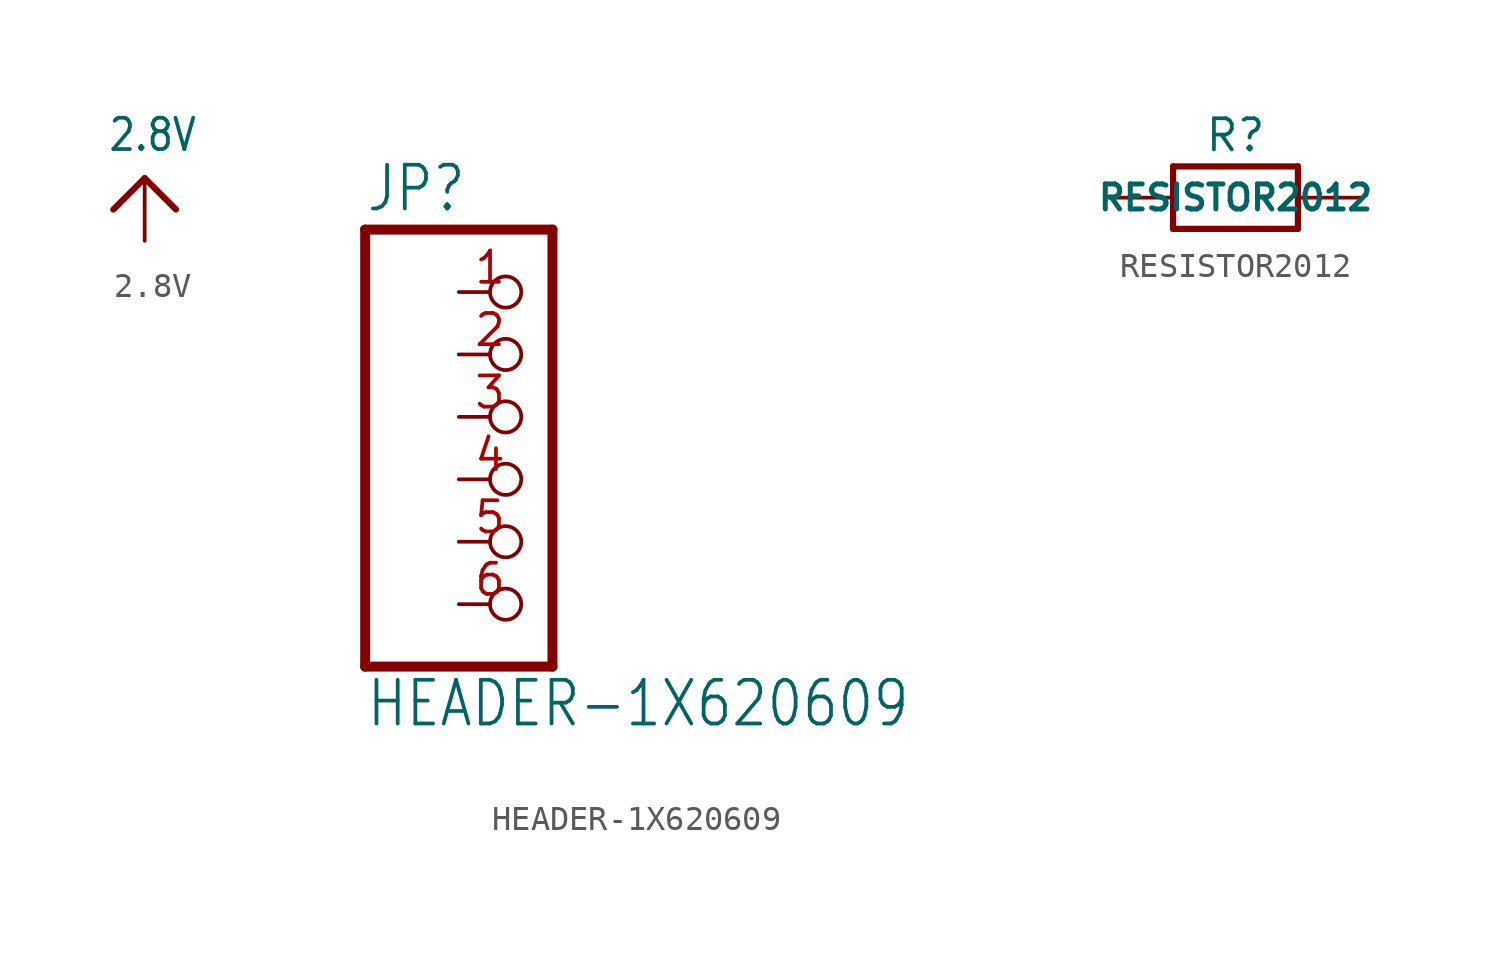
<source format=kicad_sym>
(kicad_symbol_lib
  (version 20211014)
  (generator kicad_symbol_editor)
  (symbol "2.8V"
    (power)
    (property "Reference" ""
      (at 0 0 0)
      (effects (font (size 1.27 1.27)) hide))
    (property "Value" "2.8V"
      (at -1.524 1.016 0)
      (effects (font (size 1.27 1.079)) (justify left bottom)))
    (property "ki_locked" ""
      (at 0 0 0)
      (effects (font (size 1.27 1.27))))
    (symbol "2.8V_1_0"
      (polyline (pts (xy -1.27 -1.27) (xy 0 0)) (stroke (width 0.254) (type default) (color 0 0 0 0)) (fill (type none)))
      (polyline (pts (xy 0 0) (xy 1.27 -1.27)) (stroke (width 0.254) (type default) (color 0 0 0 0)) (fill (type none)))
      (pin power_in line (at 0 -2.54 90) (length 2.54) (name "2.8V" (effects (font (size 0 0)))) (number "1" (effects (font (size 0 0)))))))
  (symbol "HEADER-1X620609"
    (property "Reference" "JP"
      (at -6.35 10.795 0)
      (effects (font (size 1.778 1.511)) (justify left bottom)))
    (property "Value" "HEADER-1X620609"
      (at -6.35 -10.16 0)
      (effects (font (size 1.778 1.511)) (justify left bottom)))
    (property "ki_locked" ""
      (at 0 0 0)
      (effects (font (size 1.27 1.27))))
    (symbol "HEADER-1X620609_1_0"
      (polyline (pts (xy -6.35 -7.62) (xy 1.27 -7.62)) (stroke (width 0.406) (type default) (color 0 0 0 0)) (fill (type none)))
      (polyline (pts (xy -6.35 10.16) (xy -6.35 -7.62)) (stroke (width 0.406) (type default) (color 0 0 0 0)) (fill (type none)))
      (polyline (pts (xy 1.27 -7.62) (xy 1.27 10.16)) (stroke (width 0.406) (type default) (color 0 0 0 0)) (fill (type none)))
      (polyline (pts (xy 1.27 10.16) (xy -6.35 10.16)) (stroke (width 0.406) (type default) (color 0 0 0 0)) (fill (type none)))
      (pin passive inverted (at -2.54 7.62 0) (length 2.54) (name "1" (effects (font (size 0 0)))) (number "1" (effects (font (size 1.27 1.27)))))
      (pin passive inverted (at -2.54 5.08 0) (length 2.54) (name "2" (effects (font (size 0 0)))) (number "2" (effects (font (size 1.27 1.27)))))
      (pin passive inverted (at -2.54 2.54 0) (length 2.54) (name "3" (effects (font (size 0 0)))) (number "3" (effects (font (size 1.27 1.27)))))
      (pin passive inverted (at -2.54 0 0) (length 2.54) (name "4" (effects (font (size 0 0)))) (number "4" (effects (font (size 1.27 1.27)))))
      (pin passive inverted (at -2.54 -2.54 0) (length 2.54) (name "5" (effects (font (size 0 0)))) (number "5" (effects (font (size 1.27 1.27)))))
      (pin passive inverted (at -2.54 -5.08 0) (length 2.54) (name "6" (effects (font (size 0 0)))) (number "6" (effects (font (size 1.27 1.27)))))))
  (symbol "RESISTOR2012"
    (property "Reference" "R"
      (at 0 2.54 0)
      (effects (font (size 1.27 1.27))))
    (property "Value" "RESISTOR2012"
      (at 0 0 0)
      (effects (font (size 1.016 1.016) bold)))
    (property "ki_locked" ""
      (at 0 0 0)
      (effects (font (size 1.27 1.27))))
    (symbol "RESISTOR2012_1_0"
      (polyline (pts (xy -2.54 -1.27) (xy -2.54 1.27)) (stroke (width 0.254) (type default) (color 0 0 0 0)) (fill (type none)))
      (polyline (pts (xy -2.54 1.27) (xy 2.54 1.27)) (stroke (width 0.254) (type default) (color 0 0 0 0)) (fill (type none)))
      (polyline (pts (xy 2.54 -1.27) (xy -2.54 -1.27)) (stroke (width 0.254) (type default) (color 0 0 0 0)) (fill (type none)))
      (polyline (pts (xy 2.54 1.27) (xy 2.54 -1.27)) (stroke (width 0.254) (type default) (color 0 0 0 0)) (fill (type none)))
      (pin passive line (at -5.08 0 0) (length 2.54) (name "1" (effects (font (size 0 0)))) (number "1" (effects (font (size 0 0)))))
      (pin passive line (at 5.08 0 180) (length 2.54) (name "2" (effects (font (size 0 0)))) (number "2" (effects (font (size 0 0))))))))
</source>
